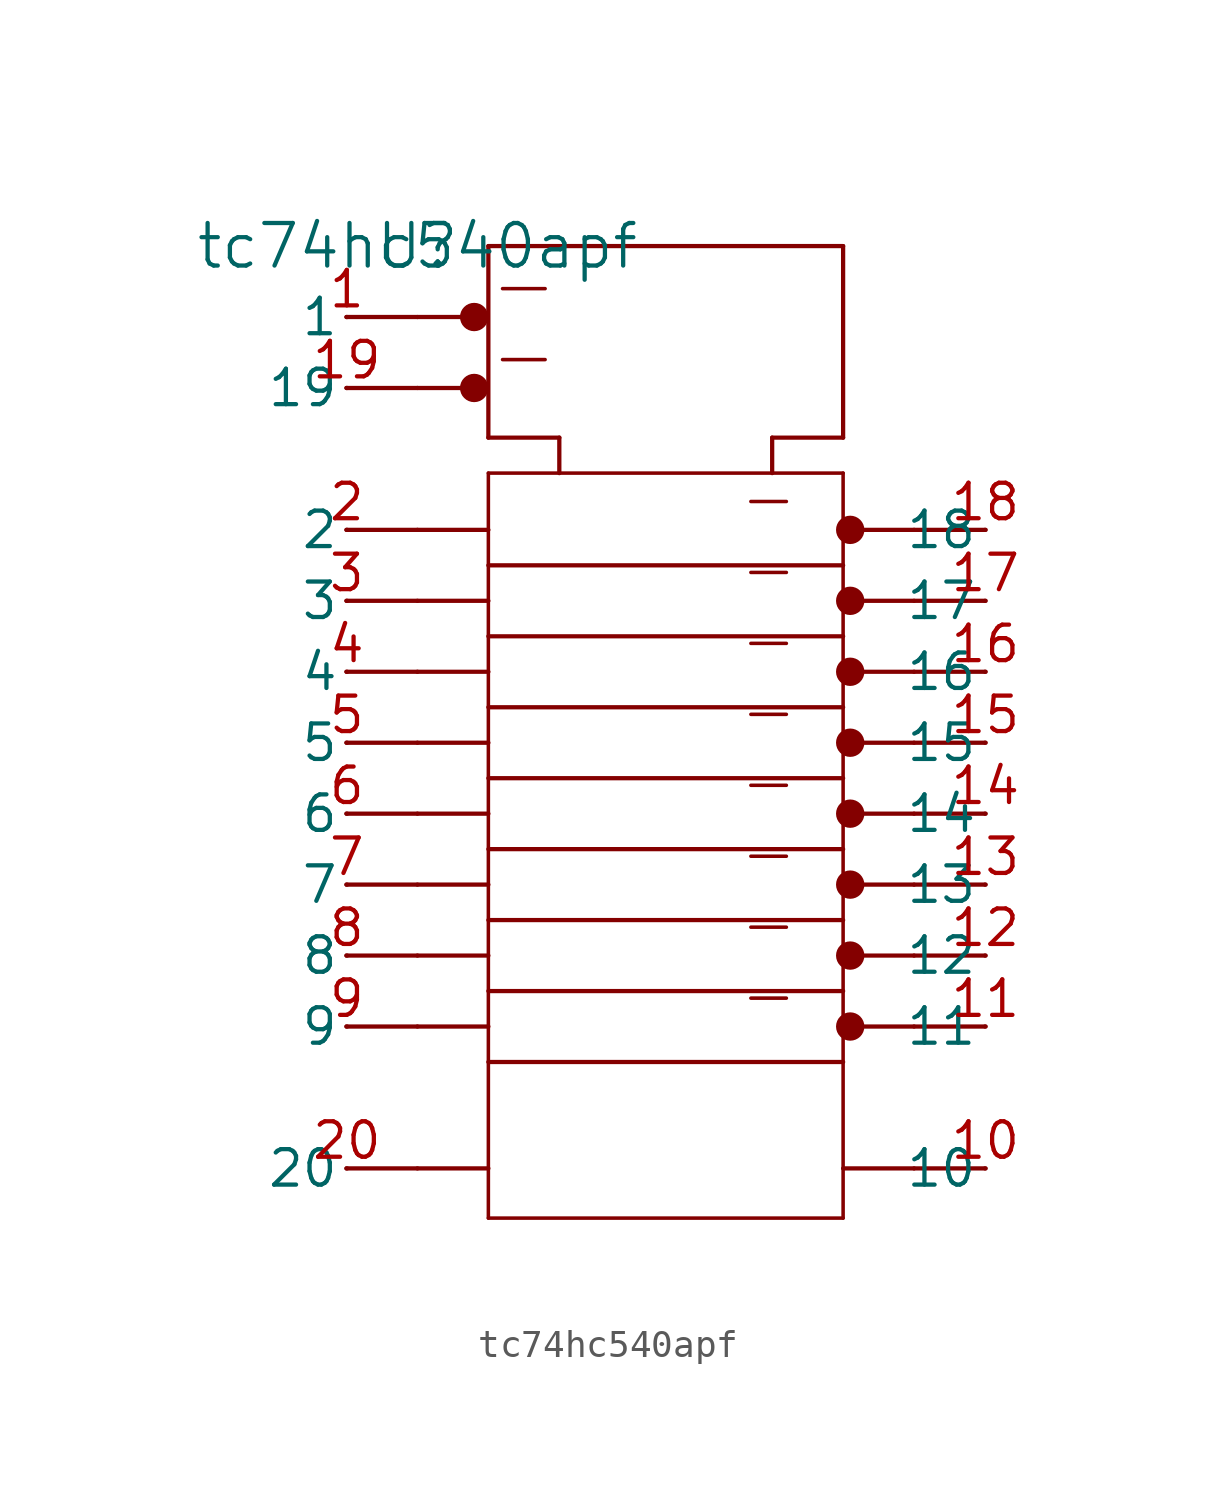
<source format=kicad_sym>
(kicad_symbol_lib
  (version 20211014)
  (generator kicad_symbol_editor)
  (symbol "tc74hc540apf"
    (pin_names
      (offset 0.254))
    (property "Reference" "U"
      (at 0 0 0)
      (effects (font (size 1.524 1.524))))
    (property "Value" "tc74hc540apf"
      (at 0 0 0)
      (effects (font (size 1.524 1.524))))
    (circle
      (center 15.494 -27.94)
      (radius 0.254)
      (stroke (width 0.508) (type default) (color 0 0 0 0))
      (fill (type none)))
    (polyline
      (pts (xy 20.32 -10.16) (xy 17.78 -10.16))
      (stroke (width 0) (type default) (color 0 0 0 0))
      (fill (type none)))
    (polyline
      (pts (xy 20.32 -20.32) (xy 17.78 -20.32))
      (stroke (width 0) (type default) (color 0 0 0 0))
      (fill (type none)))
    (polyline
      (pts (xy -2.54 -5.08) (xy 0 -5.08))
      (stroke (width 0) (type default) (color 0 0 0 0))
      (fill (type none)))
    (polyline
      (pts (xy 20.32 -33.02) (xy 17.78 -33.02))
      (stroke (width 0) (type default) (color 0 0 0 0))
      (fill (type none)))
    (polyline
      (pts (xy -2.54 -10.16) (xy 0 -10.16))
      (stroke (width 0) (type default) (color 0 0 0 0))
      (fill (type none)))
    (polyline
      (pts (xy -2.54 -2.54) (xy 0 -2.54))
      (stroke (width 0) (type default) (color 0 0 0 0))
      (fill (type none)))
    (polyline
      (pts (xy -2.54 -27.94) (xy 0 -27.94))
      (stroke (width 0) (type default) (color 0 0 0 0))
      (fill (type none)))
    (polyline
      (pts (xy 20.32 -12.7) (xy 17.78 -12.7))
      (stroke (width 0) (type default) (color 0 0 0 0))
      (fill (type none)))
    (polyline
      (pts (xy 20.32 -25.4) (xy 17.78 -25.4))
      (stroke (width 0) (type default) (color 0 0 0 0))
      (fill (type none)))
    (polyline
      (pts (xy -2.54 -25.4) (xy 0 -25.4))
      (stroke (width 0) (type default) (color 0 0 0 0))
      (fill (type none)))
    (polyline
      (pts (xy 20.32 -22.86) (xy 17.78 -22.86))
      (stroke (width 0) (type default) (color 0 0 0 0))
      (fill (type none)))
    (polyline
      (pts (xy 20.32 -17.78) (xy 17.78 -17.78))
      (stroke (width 0) (type default) (color 0 0 0 0))
      (fill (type none)))
    (polyline
      (pts (xy 20.32 -15.24) (xy 17.78 -15.24))
      (stroke (width 0) (type default) (color 0 0 0 0))
      (fill (type none)))
    (polyline
      (pts (xy 20.32 -27.94) (xy 17.78 -27.94))
      (stroke (width 0) (type default) (color 0 0 0 0))
      (fill (type none)))
    (polyline
      (pts (xy -2.54 -12.7) (xy 0 -12.7))
      (stroke (width 0) (type default) (color 0 0 0 0))
      (fill (type none)))
    (polyline
      (pts (xy -2.54 -15.24) (xy 0 -15.24))
      (stroke (width 0) (type default) (color 0 0 0 0))
      (fill (type none)))
    (polyline
      (pts (xy -2.54 -22.86) (xy 0 -22.86))
      (stroke (width 0) (type default) (color 0 0 0 0))
      (fill (type none)))
    (polyline
      (pts (xy -2.54 -17.78) (xy 0 -17.78))
      (stroke (width 0) (type default) (color 0 0 0 0))
      (fill (type none)))
    (polyline
      (pts (xy -2.54 -33.02) (xy 0 -33.02))
      (stroke (width 0) (type default) (color 0 0 0 0))
      (fill (type none)))
    (polyline
      (pts (xy -2.54 -20.32) (xy 0 -20.32))
      (stroke (width 0) (type default) (color 0 0 0 0))
      (fill (type none)))
    (polyline
      (pts (xy 2.54 -34.798) (xy 2.54 -8.128))
      (stroke (width 0.127) (type default) (color 0 0 0 0))
      (fill (type none)))
    (polyline
      (pts (xy 2.54 -8.128) (xy 15.24 -8.128))
      (stroke (width 0.127) (type default) (color 0 0 0 0))
      (fill (type none)))
    (polyline
      (pts (xy 15.24 -8.128) (xy 15.24 -34.798))
      (stroke (width 0.127) (type default) (color 0 0 0 0))
      (fill (type none)))
    (polyline
      (pts (xy 15.24 -34.798) (xy 2.54 -34.798))
      (stroke (width 0.127) (type default) (color 0 0 0 0))
      (fill (type none)))
    (polyline
      (pts (xy 17.78 -25.4) (xy 16.002 -25.4))
      (stroke (width 0) (type default) (color 0 0 0 0))
      (fill (type none)))
    (polyline
      (pts (xy 1.778 -2.54) (xy 0 -2.54))
      (stroke (width 0) (type default) (color 0 0 0 0))
      (fill (type none)))
    (polyline
      (pts (xy 0 -5.08) (xy 1.778 -5.08))
      (stroke (width 0) (type default) (color 0 0 0 0))
      (fill (type none)))
    (polyline
      (pts (xy 0 -10.16) (xy 2.54 -10.16))
      (stroke (width 0) (type default) (color 0 0 0 0))
      (fill (type none)))
    (polyline
      (pts (xy 0 -12.7) (xy 2.54 -12.7))
      (stroke (width 0) (type default) (color 0 0 0 0))
      (fill (type none)))
    (polyline
      (pts (xy 0 -33.02) (xy 2.54 -33.02))
      (stroke (width 0) (type default) (color 0 0 0 0))
      (fill (type none)))
    (polyline
      (pts (xy 17.78 -10.16) (xy 16.002 -10.16))
      (stroke (width 0) (type default) (color 0 0 0 0))
      (fill (type none)))
    (polyline
      (pts (xy 17.78 -33.02) (xy 15.24 -33.02))
      (stroke (width 0) (type default) (color 0 0 0 0))
      (fill (type none)))
    (polyline
      (pts (xy 2.54 0) (xy 2.54 -6.858))
      (stroke (width 0) (type default) (color 0 0 0 0))
      (fill (type none)))
    (polyline
      (pts (xy 2.54 0) (xy 15.24 0))
      (stroke (width 0) (type default) (color 0 0 0 0))
      (fill (type none)))
    (polyline
      (pts (xy 15.24 0) (xy 15.24 -6.858))
      (stroke (width 0) (type default) (color 0 0 0 0))
      (fill (type none)))
    (polyline
      (pts (xy 2.54 -6.858) (xy 5.08 -6.858))
      (stroke (width 0) (type default) (color 0 0 0 0))
      (fill (type none)))
    (polyline
      (pts (xy 5.08 -6.858) (xy 5.08 -8.128))
      (stroke (width 0) (type default) (color 0 0 0 0))
      (fill (type none)))
    (polyline
      (pts (xy 15.24 -6.858) (xy 12.7 -6.858))
      (stroke (width 0) (type default) (color 0 0 0 0))
      (fill (type none)))
    (polyline
      (pts (xy 12.7 -6.858) (xy 12.7 -8.128))
      (stroke (width 0) (type default) (color 0 0 0 0))
      (fill (type none)))
    (polyline
      (pts (xy 2.54 -13.97) (xy 15.24 -13.97))
      (stroke (width 0) (type default) (color 0 0 0 0))
      (fill (type none)))
    (polyline
      (pts (xy 17.78 -15.24) (xy 16.002 -15.24))
      (stroke (width 0) (type default) (color 0 0 0 0))
      (fill (type none)))
    (polyline
      (pts (xy 17.78 -20.32) (xy 16.002 -20.32))
      (stroke (width 0) (type default) (color 0 0 0 0))
      (fill (type none)))
    (polyline
      (pts (xy 17.78 -17.78) (xy 16.002 -17.78))
      (stroke (width 0) (type default) (color 0 0 0 0))
      (fill (type none)))
    (polyline
      (pts (xy 17.78 -22.86) (xy 16.002 -22.86))
      (stroke (width 0) (type default) (color 0 0 0 0))
      (fill (type none)))
    (polyline
      (pts (xy 17.78 -27.94) (xy 16.002 -27.94))
      (stroke (width 0) (type default) (color 0 0 0 0))
      (fill (type none)))
    (polyline
      (pts (xy 2.54 -15.24) (xy 0 -15.24))
      (stroke (width 0) (type default) (color 0 0 0 0))
      (fill (type none)))
    (polyline
      (pts (xy 2.54 -11.43) (xy 15.24 -11.43))
      (stroke (width 0) (type default) (color 0 0 0 0))
      (fill (type none)))
    (polyline
      (pts (xy 17.78 -12.7) (xy 16.002 -12.7))
      (stroke (width 0) (type default) (color 0 0 0 0))
      (fill (type none)))
    (polyline
      (pts (xy 2.54 -17.78) (xy 0 -17.78))
      (stroke (width 0) (type default) (color 0 0 0 0))
      (fill (type none)))
    (polyline
      (pts (xy 2.54 -20.32) (xy 0 -20.32))
      (stroke (width 0) (type default) (color 0 0 0 0))
      (fill (type none)))
    (polyline
      (pts (xy 2.54 -22.86) (xy 0 -22.86))
      (stroke (width 0) (type default) (color 0 0 0 0))
      (fill (type none)))
    (polyline
      (pts (xy 2.54 -25.4) (xy 0 -25.4))
      (stroke (width 0) (type default) (color 0 0 0 0))
      (fill (type none)))
    (polyline
      (pts (xy 2.54 -27.94) (xy 0 -27.94))
      (stroke (width 0) (type default) (color 0 0 0 0))
      (fill (type none)))
    (polyline
      (pts (xy 2.54 -19.05) (xy 15.24 -19.05))
      (stroke (width 0) (type default) (color 0 0 0 0))
      (fill (type none)))
    (polyline
      (pts (xy 2.54 -16.51) (xy 15.24 -16.51))
      (stroke (width 0) (type default) (color 0 0 0 0))
      (fill (type none)))
    (polyline
      (pts (xy 2.54 -24.13) (xy 15.24 -24.13))
      (stroke (width 0) (type default) (color 0 0 0 0))
      (fill (type none)))
    (polyline
      (pts (xy 2.54 -21.59) (xy 15.24 -21.59))
      (stroke (width 0) (type default) (color 0 0 0 0))
      (fill (type none)))
    (polyline
      (pts (xy 2.54 -29.21) (xy 15.24 -29.21))
      (stroke (width 0) (type default) (color 0 0 0 0))
      (fill (type none)))
    (polyline
      (pts (xy 2.54 -26.67) (xy 15.24 -26.67))
      (stroke (width 0) (type default) (color 0 0 0 0))
      (fill (type none)))
    (polyline
      (pts (xy 3.048 -1.524) (xy 4.572 -1.524))
      (stroke (width 0.127) (type default) (color 0 0 0 0))
      (fill (type none)))
    (polyline
      (pts (xy 3.048 -4.064) (xy 4.572 -4.064))
      (stroke (width 0.127) (type default) (color 0 0 0 0))
      (fill (type none)))
    (polyline
      (pts (xy 11.938 -9.144) (xy 13.208 -9.144))
      (stroke (width 0.127) (type default) (color 0 0 0 0))
      (fill (type none)))
    (polyline
      (pts (xy 11.938 -11.684) (xy 13.208 -11.684))
      (stroke (width 0.127) (type default) (color 0 0 0 0))
      (fill (type none)))
    (polyline
      (pts (xy 11.938 -14.224) (xy 13.208 -14.224))
      (stroke (width 0.127) (type default) (color 0 0 0 0))
      (fill (type none)))
    (polyline
      (pts (xy 11.938 -16.764) (xy 13.208 -16.764))
      (stroke (width 0.127) (type default) (color 0 0 0 0))
      (fill (type none)))
    (polyline
      (pts (xy 11.938 -19.304) (xy 13.208 -19.304))
      (stroke (width 0.127) (type default) (color 0 0 0 0))
      (fill (type none)))
    (polyline
      (pts (xy 11.938 -21.844) (xy 13.208 -21.844))
      (stroke (width 0.127) (type default) (color 0 0 0 0))
      (fill (type none)))
    (polyline
      (pts (xy 11.938 -24.384) (xy 13.208 -24.384))
      (stroke (width 0.127) (type default) (color 0 0 0 0))
      (fill (type none)))
    (polyline
      (pts (xy 11.938 -26.924) (xy 13.208 -26.924))
      (stroke (width 0.127) (type default) (color 0 0 0 0))
      (fill (type none)))
    (circle
      (center 2.032 -2.54)
      (radius 0.254)
      (stroke (width 0.508) (type default) (color 0 0 0 0))
      (fill (type none)))
    (circle
      (center 2.032 -5.08)
      (radius 0.254)
      (stroke (width 0.508) (type default) (color 0 0 0 0))
      (fill (type none)))
    (circle
      (center 15.494 -10.16)
      (radius 0.254)
      (stroke (width 0.508) (type default) (color 0 0 0 0))
      (fill (type none)))
    (circle
      (center 15.494 -12.7)
      (radius 0.254)
      (stroke (width 0.508) (type default) (color 0 0 0 0))
      (fill (type none)))
    (circle
      (center 15.494 -15.24)
      (radius 0.254)
      (stroke (width 0.508) (type default) (color 0 0 0 0))
      (fill (type none)))
    (circle
      (center 15.494 -17.78)
      (radius 0.254)
      (stroke (width 0.508) (type default) (color 0 0 0 0))
      (fill (type none)))
    (circle
      (center 15.494 -20.32)
      (radius 0.254)
      (stroke (width 0.508) (type default) (color 0 0 0 0))
      (fill (type none)))
    (circle
      (center 15.494 -22.86)
      (radius 0.254)
      (stroke (width 0.508) (type default) (color 0 0 0 0))
      (fill (type none)))
    (circle
      (center 15.494 -25.4)
      (radius 0.254)
      (stroke (width 0.508) (type default) (color 0 0 0 0))
      (fill (type none)))
    (pin unspecified line
      (at -2.515 -2.54 180)
      (length 0.025)
      (name "1" (effects (font (size 1.27 1.27))))
      (number "1" (effects (font (size 1.27 1.27)))))
    (pin unspecified line
      (at -2.515 -10.16 180)
      (length 0.025)
      (name "2" (effects (font (size 1.27 1.27))))
      (number "2" (effects (font (size 1.27 1.27)))))
    (pin unspecified line
      (at -2.515 -12.7 180)
      (length 0.025)
      (name "3" (effects (font (size 1.27 1.27))))
      (number "3" (effects (font (size 1.27 1.27)))))
    (pin unspecified line
      (at -2.515 -15.24 180)
      (length 0.025)
      (name "4" (effects (font (size 1.27 1.27))))
      (number "4" (effects (font (size 1.27 1.27)))))
    (pin unspecified line
      (at -2.515 -17.78 180)
      (length 0.025)
      (name "5" (effects (font (size 1.27 1.27))))
      (number "5" (effects (font (size 1.27 1.27)))))
    (pin unspecified line
      (at -2.515 -20.32 180)
      (length 0.025)
      (name "6" (effects (font (size 1.27 1.27))))
      (number "6" (effects (font (size 1.27 1.27)))))
    (pin unspecified line
      (at -2.515 -22.86 180)
      (length 0.025)
      (name "7" (effects (font (size 1.27 1.27))))
      (number "7" (effects (font (size 1.27 1.27)))))
    (pin unspecified line
      (at -2.515 -25.4 180)
      (length 0.025)
      (name "8" (effects (font (size 1.27 1.27))))
      (number "8" (effects (font (size 1.27 1.27)))))
    (pin unspecified line
      (at -2.515 -27.94 180)
      (length 0.025)
      (name "9" (effects (font (size 1.27 1.27))))
      (number "9" (effects (font (size 1.27 1.27)))))
    (pin power_out line
      (at 20.345 -33.02 180)
      (length 0.025)
      (name "10" (effects (font (size 1.27 1.27))))
      (number "10" (effects (font (size 1.27 1.27)))))
    (pin unspecified line
      (at 20.345 -27.94 180)
      (length 0.025)
      (name "11" (effects (font (size 1.27 1.27))))
      (number "11" (effects (font (size 1.27 1.27)))))
    (pin unspecified line
      (at 20.345 -25.4 180)
      (length 0.025)
      (name "12" (effects (font (size 1.27 1.27))))
      (number "12" (effects (font (size 1.27 1.27)))))
    (pin unspecified line
      (at 20.345 -22.86 180)
      (length 0.025)
      (name "13" (effects (font (size 1.27 1.27))))
      (number "13" (effects (font (size 1.27 1.27)))))
    (pin unspecified line
      (at 20.345 -20.32 180)
      (length 0.025)
      (name "14" (effects (font (size 1.27 1.27))))
      (number "14" (effects (font (size 1.27 1.27)))))
    (pin unspecified line
      (at 20.345 -17.78 180)
      (length 0.025)
      (name "15" (effects (font (size 1.27 1.27))))
      (number "15" (effects (font (size 1.27 1.27)))))
    (pin unspecified line
      (at 20.345 -15.24 180)
      (length 0.025)
      (name "16" (effects (font (size 1.27 1.27))))
      (number "16" (effects (font (size 1.27 1.27)))))
    (pin unspecified line
      (at 20.345 -12.7 180)
      (length 0.025)
      (name "17" (effects (font (size 1.27 1.27))))
      (number "17" (effects (font (size 1.27 1.27)))))
    (pin unspecified line
      (at 20.345 -10.16 180)
      (length 0.025)
      (name "18" (effects (font (size 1.27 1.27))))
      (number "18" (effects (font (size 1.27 1.27)))))
    (pin unspecified line
      (at -2.515 -5.08 180)
      (length 0.025)
      (name "19" (effects (font (size 1.27 1.27))))
      (number "19" (effects (font (size 1.27 1.27)))))
    (pin power_in line
      (at -2.515 -33.02 180)
      (length 0.025)
      (name "20" (effects (font (size 1.27 1.27))))
      (number "20" (effects (font (size 1.27 1.27)))))))
</source>
